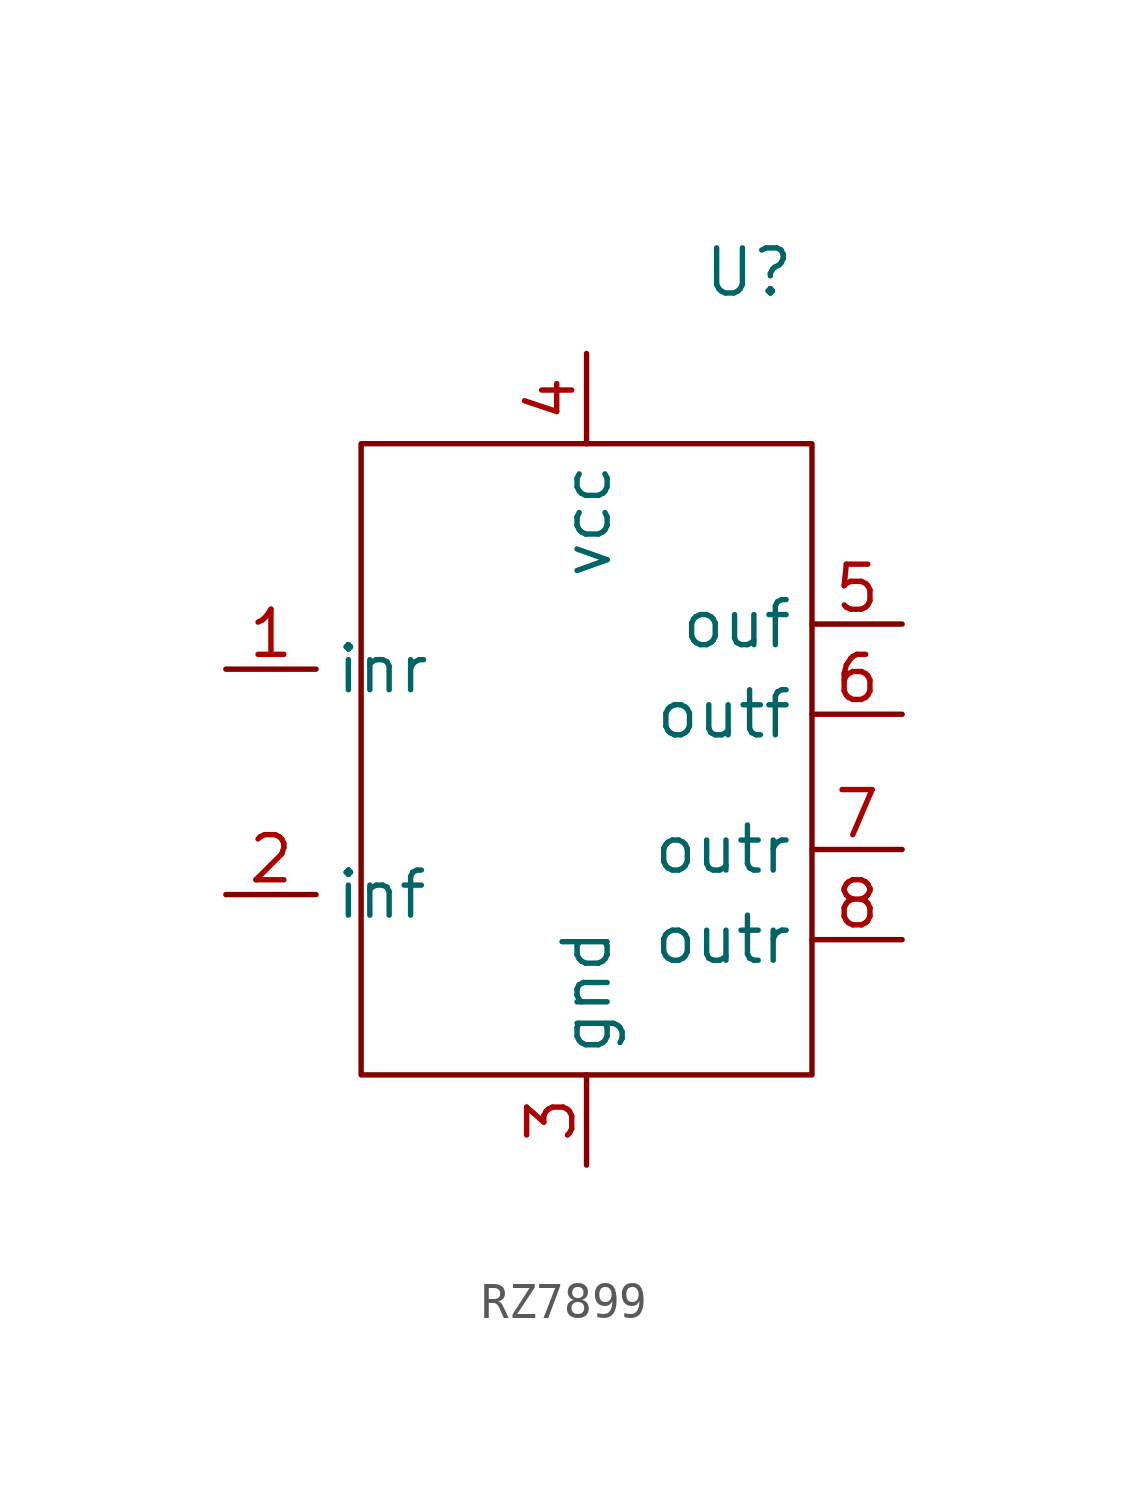
<source format=kicad_sym>
(kicad_symbol_lib
  (version 20241209)
  (generator "kicad_symbol_editor")
  (generator_version "9.0")
  (symbol "RZ7899"
    (property "Reference" "U"
      (at 12.192 4.826 0)
      (effects (font (size 1.27 1.27))))
    (property "Value" ""
      (at 0 0 0)
      (effects (font (size 1.27 1.27))))
    (symbol "RZ7899_0_1"
      (rectangle (start 1.27 0) (end 13.97 -17.78) (stroke (width 0) (type default)) (fill (type none))))
    (symbol "RZ7899_1_1"
      (pin input line (at -2.54 -6.35 0) (length 2.54) (name "inr" (effects (font (size 1.27 1.27)))) (number "1" (effects (font (size 1.27 1.27)))))
      (pin input line (at -2.54 -12.7 0) (length 2.54) (name "inf" (effects (font (size 1.27 1.27)))) (number "2" (effects (font (size 1.27 1.27)))))
      (pin power_in line (at 7.62 2.54 270) (length 2.54) (name "vcc" (effects (font (size 1.27 1.27)))) (number "4" (effects (font (size 1.27 1.27)))))
      (pin power_in line (at 7.62 -20.32 90) (length 2.54) (name "gnd" (effects (font (size 1.27 1.27)))) (number "3" (effects (font (size 1.27 1.27)))))
      (pin output line (at 16.51 -5.08 180) (length 2.54) (name "ouf" (effects (font (size 1.27 1.27)))) (number "5" (effects (font (size 1.27 1.27)))))
      (pin output line (at 16.51 -7.62 180) (length 2.54) (name "outf" (effects (font (size 1.27 1.27)))) (number "6" (effects (font (size 1.27 1.27)))))
      (pin output line (at 16.51 -11.43 180) (length 2.54) (name "outr" (effects (font (size 1.27 1.27)))) (number "7" (effects (font (size 1.27 1.27)))))
      (pin output line (at 16.51 -13.97 180) (length 2.54) (name "outr" (effects (font (size 1.27 1.27)))) (number "8" (effects (font (size 1.27 1.27))))))))
</source>
